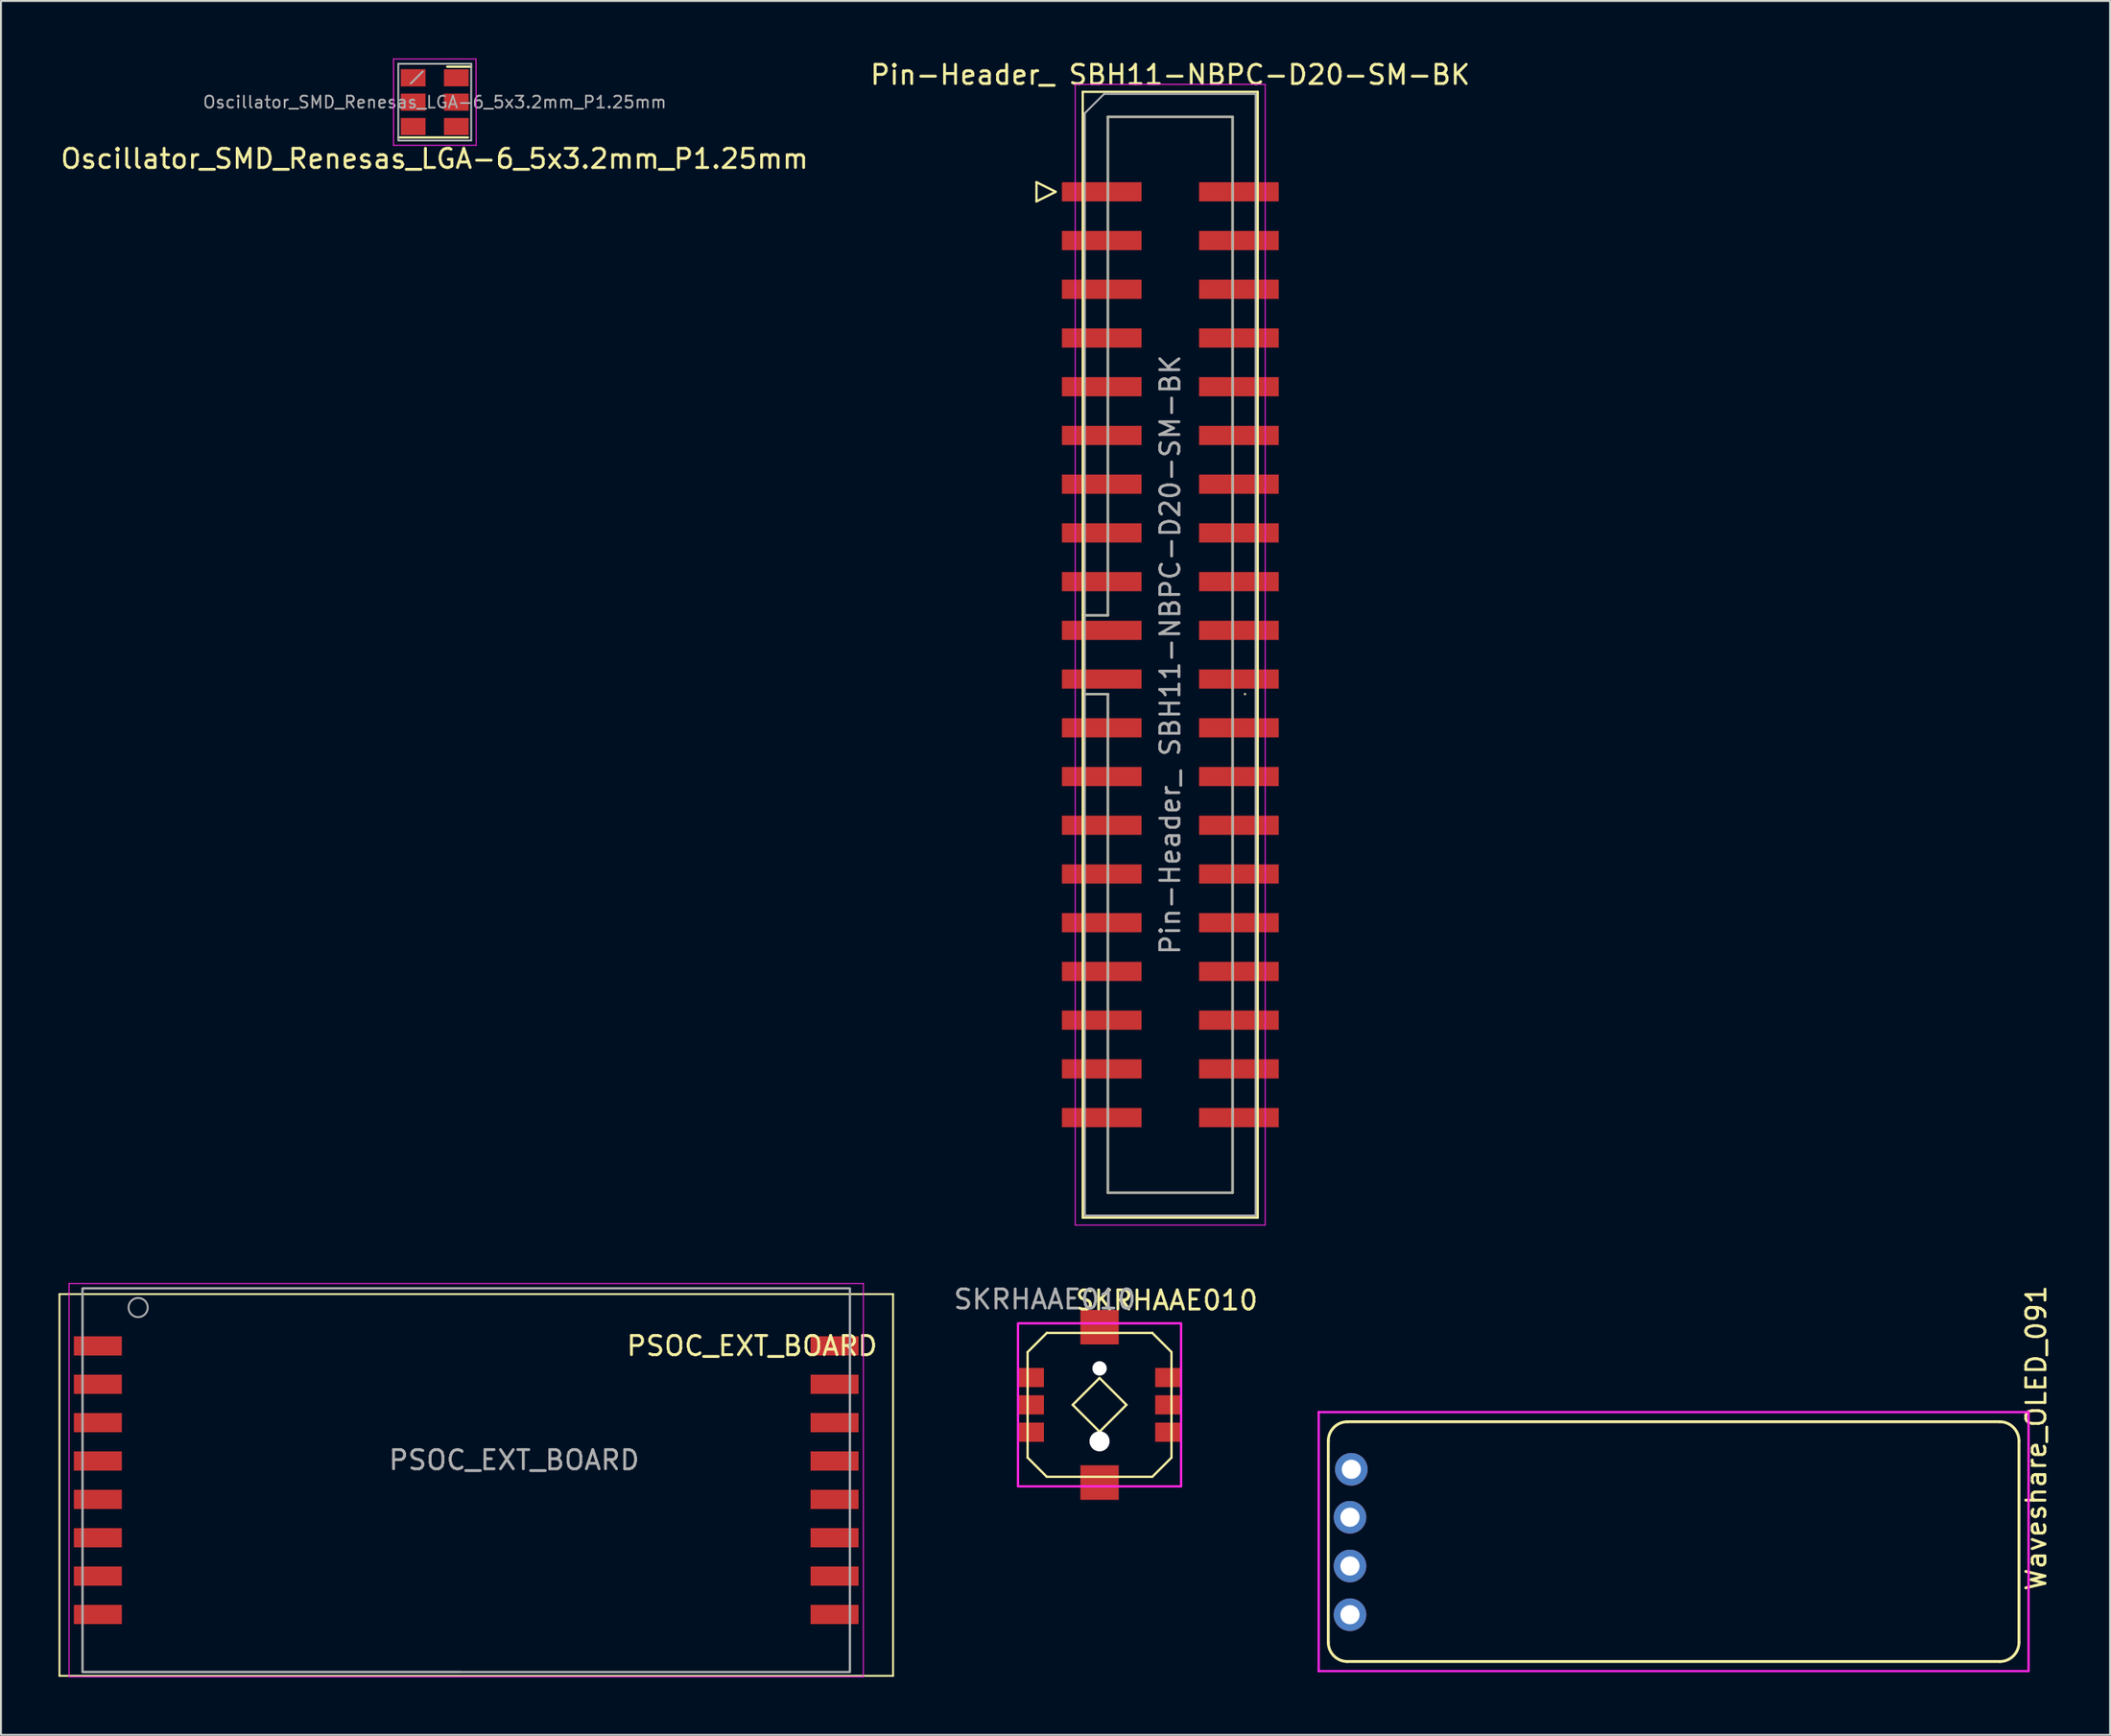
<source format=kicad_pcb>
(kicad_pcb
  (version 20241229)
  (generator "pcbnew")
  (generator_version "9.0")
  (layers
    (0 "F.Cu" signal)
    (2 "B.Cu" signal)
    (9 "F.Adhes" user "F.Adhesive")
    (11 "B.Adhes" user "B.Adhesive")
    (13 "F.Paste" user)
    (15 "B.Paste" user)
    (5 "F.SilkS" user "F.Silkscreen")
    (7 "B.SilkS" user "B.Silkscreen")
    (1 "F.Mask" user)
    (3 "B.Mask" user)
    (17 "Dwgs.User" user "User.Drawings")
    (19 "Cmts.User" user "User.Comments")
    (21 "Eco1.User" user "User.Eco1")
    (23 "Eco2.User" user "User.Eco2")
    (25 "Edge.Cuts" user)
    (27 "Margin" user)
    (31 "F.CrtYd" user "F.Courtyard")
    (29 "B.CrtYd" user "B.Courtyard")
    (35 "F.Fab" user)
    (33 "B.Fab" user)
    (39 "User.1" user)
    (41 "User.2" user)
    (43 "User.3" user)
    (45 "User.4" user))
  (footprint "SKRHAAE010"
    (layer "F.Cu")
    (at 54.263 70.181)
    (property "Reference" "SKRHAAE010" (at 3.5 -5.45 0) (unlocked yes) (layer "F.SilkS") (effects (font (size 1 1) (thickness 0.15))))
    (attr smd)
    (fp_line (start -3.75 -2.75) (end -2.75 -3.75) (stroke (width 0.12) (type solid)) (layer "F.SilkS"))
    (fp_line (start -3.75 2.75) (end -3.75 -2.75) (stroke (width 0.12) (type solid)) (layer "F.SilkS"))
    (fp_line (start -2.75 -3.75) (end 2.75 -3.75) (stroke (width 0.12) (type solid)) (layer "F.SilkS"))
    (fp_line (start -2.75 3.75) (end -3.75 2.75) (stroke (width 0.12) (type solid)) (layer "F.SilkS"))
    (fp_line (start -1.4 0) (end 0 1.4) (stroke (width 0.12) (type solid)) (layer "F.SilkS"))
    (fp_line (start 0 -1.4) (end -1.4 0) (stroke (width 0.12) (type solid)) (layer "F.SilkS"))
    (fp_line (start 0 1.4) (end 1.4 0) (stroke (width 0.12) (type solid)) (layer "F.SilkS"))
    (fp_line (start 1.4 0) (end 0 -1.4) (stroke (width 0.12) (type solid)) (layer "F.SilkS"))
    (fp_line (start 2.75 -3.75) (end 3.75 -2.75) (stroke (width 0.12) (type solid)) (layer "F.SilkS"))
    (fp_line (start 2.75 3.75) (end -2.75 3.75) (stroke (width 0.12) (type solid)) (layer "F.SilkS"))
    (fp_line (start 3.75 -2.75) (end 3.75 2.75) (stroke (width 0.12) (type solid)) (layer "F.SilkS"))
    (fp_line (start 3.75 2.75) (end 2.75 3.75) (stroke (width 0.12) (type solid)) (layer "F.SilkS"))
    (fp_rect (start -4.25 -4.25) (end 4.25 4.25) (stroke (width 0.12) (type solid)) (fill no) (layer "F.CrtYd"))
    (fp_text user "${REFERENCE}" (at -2.85 -5.5 0) (unlocked yes) (layer "F.Fab") (effects (font (size 1 1) (thickness 0.15))))
    (pad "" smd rect (at 0 -4.05) (size 2 1.8) (layers "F.Cu" "F.Mask" "F.Paste"))
    (pad "" np_thru_hole circle (at 0 -1.9) (size 0.75 0.75) (drill 0.75) (layers "*.Cu" "*.Mask"))
    (pad "" np_thru_hole circle (at 0 1.9) (size 1.05 1.05) (drill 1.05) (layers "*.Cu" "*.Mask"))
    (pad "" smd rect (at 0 4.05) (size 2 1.8) (layers "F.Cu" "F.Mask" "F.Paste"))
    (pad "1" smd rect (at -3.575 -1.425) (size 1.35 1) (layers "F.Cu" "F.Mask" "F.Paste"))
    (pad "2" smd rect (at 3.575 -1.425) (size 1.35 1) (layers "F.Cu" "F.Mask" "F.Paste"))
    (pad "3" smd rect (at -3.575 1.425) (size 1.35 1) (layers "F.Cu" "F.Mask" "F.Paste"))
    (pad "4" smd rect (at 3.575 0) (size 1.35 1) (layers "F.Cu" "F.Mask" "F.Paste"))
    (pad "5" smd rect (at 3.575 1.425) (size 1.35 1) (layers "F.Cu" "F.Mask" "F.Paste"))
    (pad "6" smd rect (at -3.575 0) (size 1.35 1) (layers "F.Cu" "F.Mask" "F.Paste")))
  (footprint "Pin-Header_ SBH11-NBPC-D20-SM-BK"
    (layer "F.Cu")
    (at 56.676 6.948)
    (property "Reference" "Pin-Header_ SBH11-NBPC-D20-SM-BK" (at 1.27 -6.1 0) (layer "F.SilkS") (effects (font (size 1 1) (thickness 0.15))))
    (attr smd)
    (fp_line (start -5.7 -0.5) (end -5.7 0.5) (stroke (width 0.12) (type solid)) (layer "F.SilkS"))
    (fp_line (start -5.7 0.5) (end -4.7 0) (stroke (width 0.12) (type solid)) (layer "F.SilkS"))
    (fp_line (start -4.7 0) (end -5.7 -0.5) (stroke (width 0.12) (type solid)) (layer "F.SilkS"))
    (fp_line (start -3.29 -5.21) (end 5.83 -5.21) (stroke (width 0.12) (type solid)) (layer "F.SilkS"))
    (fp_line (start -3.29 22.08) (end -1.98 22.08) (stroke (width 0.12) (type solid)) (layer "F.SilkS"))
    (fp_line (start -3.29 53.47) (end -3.29 -5.21) (stroke (width 0.12) (type solid)) (layer "F.SilkS"))
    (fp_line (start -1.98 -3.91) (end 4.52 -3.91) (stroke (width 0.12) (type solid)) (layer "F.SilkS"))
    (fp_line (start -1.98 22.08) (end -1.98 -3.91) (stroke (width 0.12) (type solid)) (layer "F.SilkS"))
    (fp_line (start -1.98 26.18) (end -3.29 26.18) (stroke (width 0.12) (type solid)) (layer "F.SilkS"))
    (fp_line (start -1.98 26.18) (end -1.98 26.18) (stroke (width 0.12) (type solid)) (layer "F.SilkS"))
    (fp_line (start -1.98 52.17) (end -1.98 26.18) (stroke (width 0.12) (type solid)) (layer "F.SilkS"))
    (fp_line (start 4.52 -3.91) (end 4.52 52.17) (stroke (width 0.12) (type solid)) (layer "F.SilkS"))
    (fp_line (start 4.52 52.17) (end -1.98 52.17) (stroke (width 0.12) (type solid)) (layer "F.SilkS"))
    (fp_line (start 5.17 26.18) (end 5.17 26.18) (stroke (width 0.12) (type solid)) (layer "F.SilkS"))
    (fp_line (start 5.83 -5.21) (end 5.83 53.47) (stroke (width 0.12) (type solid)) (layer "F.SilkS"))
    (fp_line (start 5.83 53.47) (end -3.29 53.47) (stroke (width 0.12) (type solid)) (layer "F.SilkS"))
    (fp_line (start -3.68 -5.6) (end -3.68 53.86) (stroke (width 0.05) (type solid)) (layer "F.CrtYd"))
    (fp_line (start -3.68 53.86) (end 6.22 53.86) (stroke (width 0.05) (type solid)) (layer "F.CrtYd"))
    (fp_line (start 6.22 -5.6) (end -3.68 -5.6) (stroke (width 0.05) (type solid)) (layer "F.CrtYd"))
    (fp_line (start 6.22 53.86) (end 6.22 -5.6) (stroke (width 0.05) (type solid)) (layer "F.CrtYd"))
    (fp_line (start -3.18 -4.1) (end -2.18 -5.1) (stroke (width 0.1) (type solid)) (layer "F.Fab"))
    (fp_line (start -3.18 22.08) (end -1.98 22.08) (stroke (width 0.1) (type solid)) (layer "F.Fab"))
    (fp_line (start -3.18 53.36) (end -3.18 -4.1) (stroke (width 0.1) (type solid)) (layer "F.Fab"))
    (fp_line (start -2.18 -5.1) (end 5.72 -5.1) (stroke (width 0.1) (type solid)) (layer "F.Fab"))
    (fp_line (start -1.98 -3.91) (end 4.52 -3.91) (stroke (width 0.1) (type solid)) (layer "F.Fab"))
    (fp_line (start -1.98 22.08) (end -1.98 -3.91) (stroke (width 0.1) (type solid)) (layer "F.Fab"))
    (fp_line (start -1.98 26.18) (end -3.18 26.18) (stroke (width 0.1) (type solid)) (layer "F.Fab"))
    (fp_line (start -1.98 26.18) (end -1.98 26.18) (stroke (width 0.1) (type solid)) (layer "F.Fab"))
    (fp_line (start -1.98 52.17) (end -1.98 26.18) (stroke (width 0.1) (type solid)) (layer "F.Fab"))
    (fp_line (start 4.52 -3.91) (end 4.52 52.17) (stroke (width 0.1) (type solid)) (layer "F.Fab"))
    (fp_line (start 4.52 52.17) (end -1.98 52.17) (stroke (width 0.1) (type solid)) (layer "F.Fab"))
    (fp_line (start 5.17 26.18) (end 5.17 26.18) (stroke (width 0.1) (type solid)) (layer "F.Fab"))
    (fp_line (start 5.72 -5.1) (end 5.72 53.36) (stroke (width 0.1) (type solid)) (layer "F.Fab"))
    (fp_line (start 5.72 53.36) (end -3.18 53.36) (stroke (width 0.1) (type solid)) (layer "F.Fab"))
    (fp_text user "${REFERENCE}" (at 1.27 24.13 90) (layer "F.Fab") (effects (font (size 1 1) (thickness 0.15))))
    (pad "1" smd rect (at -2.3 0) (size 4.15 1) (layers "F.Cu" "F.Mask" "F.Paste"))
    (pad "2" smd rect (at 4.85 0) (size 4.15 1) (layers "F.Cu" "F.Mask" "F.Paste"))
    (pad "3" smd rect (at -2.3 2.54) (size 4.15 1) (layers "F.Cu" "F.Mask" "F.Paste"))
    (pad "4" smd rect (at 4.85 2.54) (size 4.15 1) (layers "F.Cu" "F.Mask" "F.Paste"))
    (pad "5" smd rect (at -2.3 5.08) (size 4.15 1) (layers "F.Cu" "F.Mask" "F.Paste"))
    (pad "6" smd rect (at 4.85 5.08) (size 4.15 1) (layers "F.Cu" "F.Mask" "F.Paste"))
    (pad "7" smd rect (at -2.3 7.62) (size 4.15 1) (layers "F.Cu" "F.Mask" "F.Paste"))
    (pad "8" smd rect (at 4.85 7.62) (size 4.15 1) (layers "F.Cu" "F.Mask" "F.Paste"))
    (pad "9" smd rect (at -2.3 10.16) (size 4.15 1) (layers "F.Cu" "F.Mask" "F.Paste"))
    (pad "10" smd rect (at 4.85 10.16) (size 4.15 1) (layers "F.Cu" "F.Mask" "F.Paste"))
    (pad "11" smd rect (at -2.3 12.7) (size 4.15 1) (layers "F.Cu" "F.Mask" "F.Paste"))
    (pad "12" smd rect (at 4.85 12.7) (size 4.15 1) (layers "F.Cu" "F.Mask" "F.Paste"))
    (pad "13" smd rect (at -2.3 15.24) (size 4.15 1) (layers "F.Cu" "F.Mask" "F.Paste"))
    (pad "14" smd rect (at 4.85 15.24) (size 4.15 1) (layers "F.Cu" "F.Mask" "F.Paste"))
    (pad "15" smd rect (at -2.3 17.78) (size 4.15 1) (layers "F.Cu" "F.Mask" "F.Paste"))
    (pad "16" smd rect (at 4.85 17.78) (size 4.15 1) (layers "F.Cu" "F.Mask" "F.Paste"))
    (pad "17" smd rect (at -2.3 20.32) (size 4.15 1) (layers "F.Cu" "F.Mask" "F.Paste"))
    (pad "18" smd rect (at 4.85 20.32) (size 4.15 1) (layers "F.Cu" "F.Mask" "F.Paste"))
    (pad "19" smd rect (at -2.3 22.86) (size 4.15 1) (layers "F.Cu" "F.Mask" "F.Paste"))
    (pad "20" smd rect (at 4.85 22.86) (size 4.15 1) (layers "F.Cu" "F.Mask" "F.Paste"))
    (pad "21" smd rect (at -2.3 25.4) (size 4.15 1) (layers "F.Cu" "F.Mask" "F.Paste"))
    (pad "22" smd rect (at 4.85 25.4) (size 4.15 1) (layers "F.Cu" "F.Mask" "F.Paste"))
    (pad "23" smd rect (at -2.3 27.94) (size 4.15 1) (layers "F.Cu" "F.Mask" "F.Paste"))
    (pad "24" smd rect (at 4.85 27.94) (size 4.15 1) (layers "F.Cu" "F.Mask" "F.Paste"))
    (pad "25" smd rect (at -2.3 30.48) (size 4.15 1) (layers "F.Cu" "F.Mask" "F.Paste"))
    (pad "26" smd rect (at 4.85 30.48) (size 4.15 1) (layers "F.Cu" "F.Mask" "F.Paste"))
    (pad "27" smd rect (at -2.3 33.02) (size 4.15 1) (layers "F.Cu" "F.Mask" "F.Paste"))
    (pad "28" smd rect (at 4.85 33.02) (size 4.15 1) (layers "F.Cu" "F.Mask" "F.Paste"))
    (pad "29" smd rect (at -2.3 35.56) (size 4.15 1) (layers "F.Cu" "F.Mask" "F.Paste"))
    (pad "30" smd rect (at 4.85 35.56) (size 4.15 1) (layers "F.Cu" "F.Mask" "F.Paste"))
    (pad "31" smd rect (at -2.3 38.1) (size 4.15 1) (layers "F.Cu" "F.Mask" "F.Paste"))
    (pad "32" smd rect (at 4.85 38.1) (size 4.15 1) (layers "F.Cu" "F.Mask" "F.Paste"))
    (pad "33" smd rect (at -2.3 40.64) (size 4.15 1) (layers "F.Cu" "F.Mask" "F.Paste"))
    (pad "34" smd rect (at 4.85 40.64) (size 4.15 1) (layers "F.Cu" "F.Mask" "F.Paste"))
    (pad "35" smd rect (at -2.3 43.18) (size 4.15 1) (layers "F.Cu" "F.Mask" "F.Paste"))
    (pad "36" smd rect (at 4.85 43.18) (size 4.15 1) (layers "F.Cu" "F.Mask" "F.Paste"))
    (pad "37" smd rect (at -2.3 45.72) (size 4.15 1) (layers "F.Cu" "F.Mask" "F.Paste"))
    (pad "38" smd rect (at 4.85 45.72) (size 4.15 1) (layers "F.Cu" "F.Mask" "F.Paste"))
    (pad "39" smd rect (at -2.3 48.26) (size 4.15 1) (layers "F.Cu" "F.Mask" "F.Paste"))
    (pad "40" smd rect (at 4.85 48.26) (size 4.15 1) (layers "F.Cu" "F.Mask" "F.Paste")))
  (footprint "PSOC_EXT_BOARD"
    (layer "F.Cu")
    (at 21.25 74.108)
    (property "Reference" "PSOC_EXT_BOARD" (at 14.9 -7 0) (layer "F.SilkS") (effects (font (size 1 1) (thickness 0.15))))
    (attr smd)
    (fp_line (start -21.2 -9.7) (end -21.2 10.2) (stroke (width 0.1) (type solid)) (layer "F.SilkS"))
    (fp_line (start -21.2 -9.7) (end 22.25 -9.7) (stroke (width 0.1) (type solid)) (layer "F.SilkS"))
    (fp_line (start -21.2 10.2) (end 22.25 10.2) (stroke (width 0.1) (type solid)) (layer "F.SilkS"))
    (fp_line (start 22.25 -9.7) (end 22.25 10.2) (stroke (width 0.1) (type solid)) (layer "F.SilkS"))
    (fp_line (start -20.7 -10.25) (end 20.7 -10.25) (stroke (width 0.05) (type solid)) (layer "F.CrtYd"))
    (fp_line (start -20.7 10.25) (end -20.7 -10.25) (stroke (width 0.05) (type solid)) (layer "F.CrtYd"))
    (fp_line (start 20.7 -10.25) (end 20.7 10.25) (stroke (width 0.05) (type solid)) (layer "F.CrtYd"))
    (fp_line (start 20.7 10.25) (end -20.7 10.25) (stroke (width 0.05) (type solid)) (layer "F.CrtYd"))
    (fp_line (start -0.3 10) (end -20 10) (stroke (width 0.1) (type solid)) (layer "F.Fab"))
    (fp_rect (start -20 -10) (end 20 10) (stroke (width 0.12) (type solid)) (fill no) (layer "F.Fab"))
    (fp_circle (center -17.1 -9) (end -17.6 -9) (stroke (width 0.1) (type solid)) (fill no) (layer "F.Fab"))
    (fp_text user "${REFERENCE}" (at 2.5 -1.05 0) (layer "F.Fab") (effects (font (size 1 1) (thickness 0.15))))
    (pad "1" smd rect (at -19.2 -7) (size 2.5 1) (layers "F.Cu" "F.Mask" "F.Paste"))
    (pad "2" smd rect (at -19.2 -5) (size 2.5 1) (layers "F.Cu" "F.Mask" "F.Paste"))
    (pad "3" smd rect (at -19.2 -3) (size 2.5 1) (layers "F.Cu" "F.Mask" "F.Paste"))
    (pad "4" smd rect (at -19.2 -1) (size 2.5 1) (layers "F.Cu" "F.Mask" "F.Paste"))
    (pad "5" smd rect (at -19.2 1) (size 2.5 1) (layers "F.Cu" "F.Mask" "F.Paste"))
    (pad "6" smd rect (at -19.2 3) (size 2.5 1) (layers "F.Cu" "F.Mask" "F.Paste"))
    (pad "7" smd rect (at -19.2 5) (size 2.5 1) (layers "F.Cu" "F.Mask" "F.Paste"))
    (pad "8" smd rect (at -19.2 7) (size 2.5 1) (layers "F.Cu" "F.Mask" "F.Paste"))
    (pad "9" smd rect (at 19.2 7) (size 2.5 1) (layers "F.Cu" "F.Mask" "F.Paste"))
    (pad "10" smd rect (at 19.2 5) (size 2.5 1) (layers "F.Cu" "F.Mask" "F.Paste"))
    (pad "11" smd rect (at 19.2 3) (size 2.5 1) (layers "F.Cu" "F.Mask" "F.Paste"))
    (pad "12" smd rect (at 19.2 1) (size 2.5 1) (layers "F.Cu" "F.Mask" "F.Paste"))
    (pad "13" smd rect (at 19.2 -1) (size 2.5 1) (layers "F.Cu" "F.Mask" "F.Paste"))
    (pad "14" smd rect (at 19.2 -3) (size 2.5 1) (layers "F.Cu" "F.Mask" "F.Paste"))
    (pad "15" smd rect (at 19.2 -5) (size 2.5 1) (layers "F.Cu" "F.Mask" "F.Paste"))
    (pad "16" smd rect (at 19.2 -7) (size 2.5 1) (layers "F.Cu" "F.Mask" "F.Paste")))
  (footprint "Waveshare_OLED_091"
    (layer "F.Cu")
    (at 84.186 77.311)
    (property "Reference" "Waveshare_OLED_091" (at 18.9 -5.4 270) (layer "F.SilkS") (effects (font (size 1 1) (thickness 0.15))))
    (attr through_hole)
    (fp_line (start -18 5.25) (end -18 -5.25) (stroke (width 0.15) (type solid)) (layer "F.SilkS"))
    (fp_line (start -17 -6.25) (end 17 -6.25) (stroke (width 0.15) (type solid)) (layer "F.SilkS"))
    (fp_line (start 17 6.25) (end -17 6.25) (stroke (width 0.15) (type solid)) (layer "F.SilkS"))
    (fp_line (start 18 -5.25) (end 18 5.25) (stroke (width 0.15) (type solid)) (layer "F.SilkS"))
    (fp_arc (start -18 -5.25) (mid -17.707107 -5.957107) (end -17 -6.25) (stroke (width 0.15) (type solid)) (layer "F.SilkS"))
    (fp_arc (start -17 6.25) (mid -17.707107 5.957107) (end -18 5.25) (stroke (width 0.15) (type solid)) (layer "F.SilkS"))
    (fp_arc (start 17 -6.25) (mid 17.707107 -5.957107) (end 18 -5.25) (stroke (width 0.15) (type solid)) (layer "F.SilkS"))
    (fp_arc (start 18 5.25) (mid 17.707107 5.957107) (end 17 6.25) (stroke (width 0.15) (type solid)) (layer "F.SilkS"))
    (fp_line (start -18.5 -6.75) (end -18.5 6.75) (stroke (width 0.12) (type solid)) (layer "F.CrtYd"))
    (fp_line (start -18.5 6.75) (end 18.5 6.75) (stroke (width 0.12) (type solid)) (layer "F.CrtYd"))
    (fp_line (start 18.5 -6.75) (end -18.5 -6.75) (stroke (width 0.12) (type solid)) (layer "F.CrtYd"))
    (fp_line (start 18.5 6.75) (end 18.5 -6.75) (stroke (width 0.12) (type solid)) (layer "F.CrtYd"))
    (pad "1" thru_hole circle (at -16.8 -3.77) (size 1.7 1.7) (drill 1) (layers "*.Cu" "*.Mask"))
    (pad "2" thru_hole circle (at -16.87 -1.27) (size 1.7 1.7) (drill 1) (layers "*.Cu" "*.Mask"))
    (pad "3" thru_hole circle (at -16.87 1.27) (size 1.7 1.7) (drill 1) (layers "*.Cu" "*.Mask"))
    (pad "4" thru_hole circle (at -16.87 3.81) (size 1.7 1.7) (drill 1) (layers "*.Cu" "*.Mask")))
  (footprint "Oscillator_SMD_Renesas_LGA-6_5x3.2mm_P1.25mm"
    (layer "F.Cu")
    (at 19.611 2.275)
    (property "Reference" "Oscillator_SMD_Renesas_LGA-6_5x3.2mm_P1.25mm" (at -0.01 2.95 0) (layer "F.SilkS") (effects (font (size 1 1) (thickness 0.15))))
    (attr smd)
    (fp_line (start -1.9 1.84) (end 1.73 1.84) (stroke (width 0.12) (type solid)) (layer "F.SilkS"))
    (fp_line (start 0.65 -1.85) (end 1.9 -1.85) (stroke (width 0.12) (type solid)) (layer "F.SilkS"))
    (fp_line (start -2.15 -2.25) (end -2.15 2.25) (stroke (width 0.05) (type solid)) (layer "F.CrtYd"))
    (fp_line (start -2.15 2.25) (end 2.16 2.25) (stroke (width 0.05) (type solid)) (layer "F.CrtYd"))
    (fp_line (start 2.15 -2.25) (end -2.15 -2.25) (stroke (width 0.05) (type solid)) (layer "F.CrtYd"))
    (fp_line (start 2.16 2.25) (end 2.15 -2.25) (stroke (width 0.05) (type solid)) (layer "F.CrtYd"))
    (fp_line (start -1.9 -2) (end 1.9 -2) (stroke (width 0.1) (type solid)) (layer "F.Fab"))
    (fp_line (start -1.9 2) (end -1.9 -2) (stroke (width 0.1) (type solid)) (layer "F.Fab"))
    (fp_line (start -1.25 -0.975) (end -0.625 -1.6) (stroke (width 0.1) (type solid)) (layer "F.Fab"))
    (fp_line (start 1.9 -2) (end 1.9 2) (stroke (width 0.1) (type solid)) (layer "F.Fab"))
    (fp_line (start 1.9 2) (end -1.85 2) (stroke (width 0.1) (type solid)) (layer "F.Fab"))
    (fp_text user "${REFERENCE}" (at 0 0 0) (layer "F.Fab") (effects (font (size 0.62 0.62) (thickness 0.09))))
    (pad "" smd rect (at -1.125 0) (size 1.29 0.89) (layers "F.Cu" "F.Mask" "F.Paste"))
    (pad "" smd rect (at 1.125 0) (size 1.29 0.89) (layers "F.Cu" "F.Mask" "F.Paste"))
    (pad "1" smd rect (at -1.125 -1.27) (size 1.29 0.9) (layers "F.Cu" "F.Mask" "F.Paste"))
    (pad "2" smd rect (at -1.125 1.27) (size 1.29 0.89) (layers "F.Cu" "F.Mask" "F.Paste"))
    (pad "3" smd rect (at 1.125 1.27) (size 1.29 0.89) (layers "F.Cu" "F.Mask" "F.Paste"))
    (pad "4" smd rect (at 1.125 -1.27) (size 1.29 0.89) (layers "F.Cu" "F.Mask" "F.Paste")))
  (gr_rect
    (start -3 -3)
    (end 106.934 87.383)
    (stroke (width 0.1) (type default))
    (fill no)
    (layer "Edge.Cuts")))
</source>
